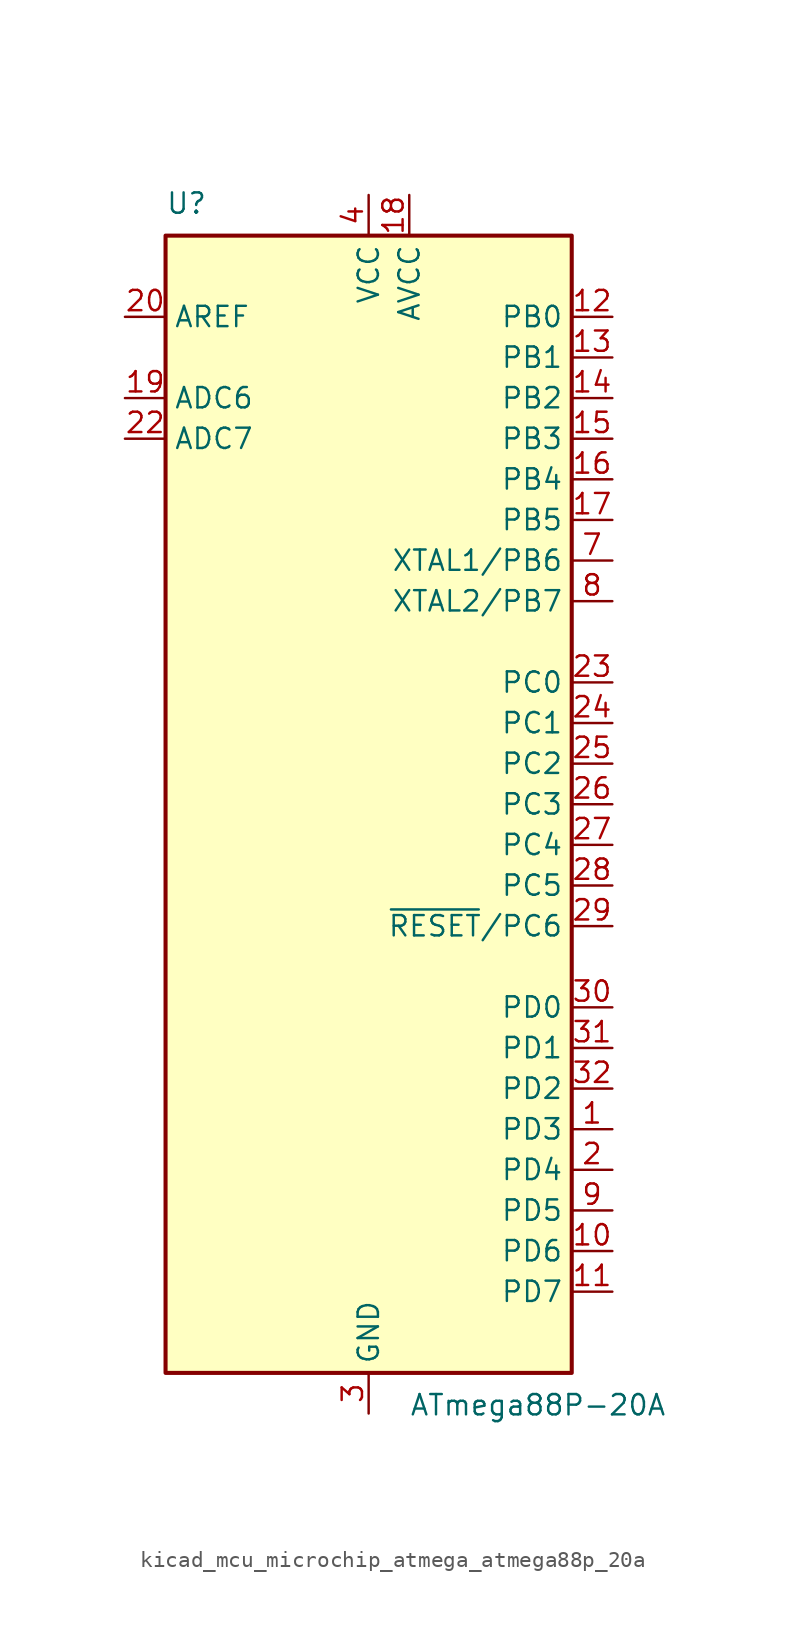
<source format=kicad_sym>
(kicad_symbol_lib
  (version 20220914)
  (generator kicad_symbol_editor)
  (symbol "kicad_mcu_microchip_atmega_atmega88p_20a"
    (property "Reference" "U"
      (at -12.7 36.83 0)
      (effects (font (size 1.27 1.27)) (justify left bottom)))
    (property "Value" "ATmega88P-20A"
      (at 2.54 -36.83 0)
      (effects (font (size 1.27 1.27)) (justify left top)))
    (symbol "kicad_mcu_microchip_atmega_atmega88p_20a_0_1"
      (rectangle (start -12.7 -35.56) (end 12.7 35.56) (stroke (width 0.254) (type default)) (fill (type background))))
    (symbol "kicad_mcu_microchip_atmega_atmega88p_20a_1_1"
      (pin bidirectional line (at 15.24 -20.32 180) (length 2.54) (name "PD3" (effects (font (size 1.27 1.27)))) (number "1" (effects (font (size 1.27 1.27)))))
      (pin bidirectional line (at 15.24 -27.94 180) (length 2.54) (name "PD6" (effects (font (size 1.27 1.27)))) (number "10" (effects (font (size 1.27 1.27)))))
      (pin bidirectional line (at 15.24 -30.48 180) (length 2.54) (name "PD7" (effects (font (size 1.27 1.27)))) (number "11" (effects (font (size 1.27 1.27)))))
      (pin bidirectional line (at 15.24 30.48 180) (length 2.54) (name "PB0" (effects (font (size 1.27 1.27)))) (number "12" (effects (font (size 1.27 1.27)))))
      (pin bidirectional line (at 15.24 27.94 180) (length 2.54) (name "PB1" (effects (font (size 1.27 1.27)))) (number "13" (effects (font (size 1.27 1.27)))))
      (pin bidirectional line (at 15.24 25.4 180) (length 2.54) (name "PB2" (effects (font (size 1.27 1.27)))) (number "14" (effects (font (size 1.27 1.27)))))
      (pin bidirectional line (at 15.24 22.86 180) (length 2.54) (name "PB3" (effects (font (size 1.27 1.27)))) (number "15" (effects (font (size 1.27 1.27)))))
      (pin bidirectional line (at 15.24 20.32 180) (length 2.54) (name "PB4" (effects (font (size 1.27 1.27)))) (number "16" (effects (font (size 1.27 1.27)))))
      (pin bidirectional line (at 15.24 17.78 180) (length 2.54) (name "PB5" (effects (font (size 1.27 1.27)))) (number "17" (effects (font (size 1.27 1.27)))))
      (pin power_in line (at 2.54 38.1 270) (length 2.54) (name "AVCC" (effects (font (size 1.27 1.27)))) (number "18" (effects (font (size 1.27 1.27)))))
      (pin input line (at -15.24 25.4 0) (length 2.54) (name "ADC6" (effects (font (size 1.27 1.27)))) (number "19" (effects (font (size 1.27 1.27)))))
      (pin bidirectional line (at 15.24 -22.86 180) (length 2.54) (name "PD4" (effects (font (size 1.27 1.27)))) (number "2" (effects (font (size 1.27 1.27)))))
      (pin passive line (at -15.24 30.48 0) (length 2.54) (name "AREF" (effects (font (size 1.27 1.27)))) (number "20" (effects (font (size 1.27 1.27)))))
      (pin passive line (at 0 -38.1 90) (length 2.54) hide (name "GND" (effects (font (size 1.27 1.27)))) (number "21" (effects (font (size 1.27 1.27)))))
      (pin input line (at -15.24 22.86 0) (length 2.54) (name "ADC7" (effects (font (size 1.27 1.27)))) (number "22" (effects (font (size 1.27 1.27)))))
      (pin bidirectional line (at 15.24 7.62 180) (length 2.54) (name "PC0" (effects (font (size 1.27 1.27)))) (number "23" (effects (font (size 1.27 1.27)))))
      (pin bidirectional line (at 15.24 5.08 180) (length 2.54) (name "PC1" (effects (font (size 1.27 1.27)))) (number "24" (effects (font (size 1.27 1.27)))))
      (pin bidirectional line (at 15.24 2.54 180) (length 2.54) (name "PC2" (effects (font (size 1.27 1.27)))) (number "25" (effects (font (size 1.27 1.27)))))
      (pin bidirectional line (at 15.24 0 180) (length 2.54) (name "PC3" (effects (font (size 1.27 1.27)))) (number "26" (effects (font (size 1.27 1.27)))))
      (pin bidirectional line (at 15.24 -2.54 180) (length 2.54) (name "PC4" (effects (font (size 1.27 1.27)))) (number "27" (effects (font (size 1.27 1.27)))))
      (pin bidirectional line (at 15.24 -5.08 180) (length 2.54) (name "PC5" (effects (font (size 1.27 1.27)))) (number "28" (effects (font (size 1.27 1.27)))))
      (pin bidirectional line (at 15.24 -7.62 180) (length 2.54) (name "~{RESET}/PC6" (effects (font (size 1.27 1.27)))) (number "29" (effects (font (size 1.27 1.27)))))
      (pin power_in line (at 0 -38.1 90) (length 2.54) (name "GND" (effects (font (size 1.27 1.27)))) (number "3" (effects (font (size 1.27 1.27)))))
      (pin bidirectional line (at 15.24 -12.7 180) (length 2.54) (name "PD0" (effects (font (size 1.27 1.27)))) (number "30" (effects (font (size 1.27 1.27)))))
      (pin bidirectional line (at 15.24 -15.24 180) (length 2.54) (name "PD1" (effects (font (size 1.27 1.27)))) (number "31" (effects (font (size 1.27 1.27)))))
      (pin bidirectional line (at 15.24 -17.78 180) (length 2.54) (name "PD2" (effects (font (size 1.27 1.27)))) (number "32" (effects (font (size 1.27 1.27)))))
      (pin power_in line (at 0 38.1 270) (length 2.54) (name "VCC" (effects (font (size 1.27 1.27)))) (number "4" (effects (font (size 1.27 1.27)))))
      (pin passive line (at 0 -38.1 90) (length 2.54) hide (name "GND" (effects (font (size 1.27 1.27)))) (number "5" (effects (font (size 1.27 1.27)))))
      (pin passive line (at 0 38.1 270) (length 2.54) hide (name "VCC" (effects (font (size 1.27 1.27)))) (number "6" (effects (font (size 1.27 1.27)))))
      (pin bidirectional line (at 15.24 15.24 180) (length 2.54) (name "XTAL1/PB6" (effects (font (size 1.27 1.27)))) (number "7" (effects (font (size 1.27 1.27)))))
      (pin bidirectional line (at 15.24 12.7 180) (length 2.54) (name "XTAL2/PB7" (effects (font (size 1.27 1.27)))) (number "8" (effects (font (size 1.27 1.27)))))
      (pin bidirectional line (at 15.24 -25.4 180) (length 2.54) (name "PD5" (effects (font (size 1.27 1.27)))) (number "9" (effects (font (size 1.27 1.27))))))))
</source>
